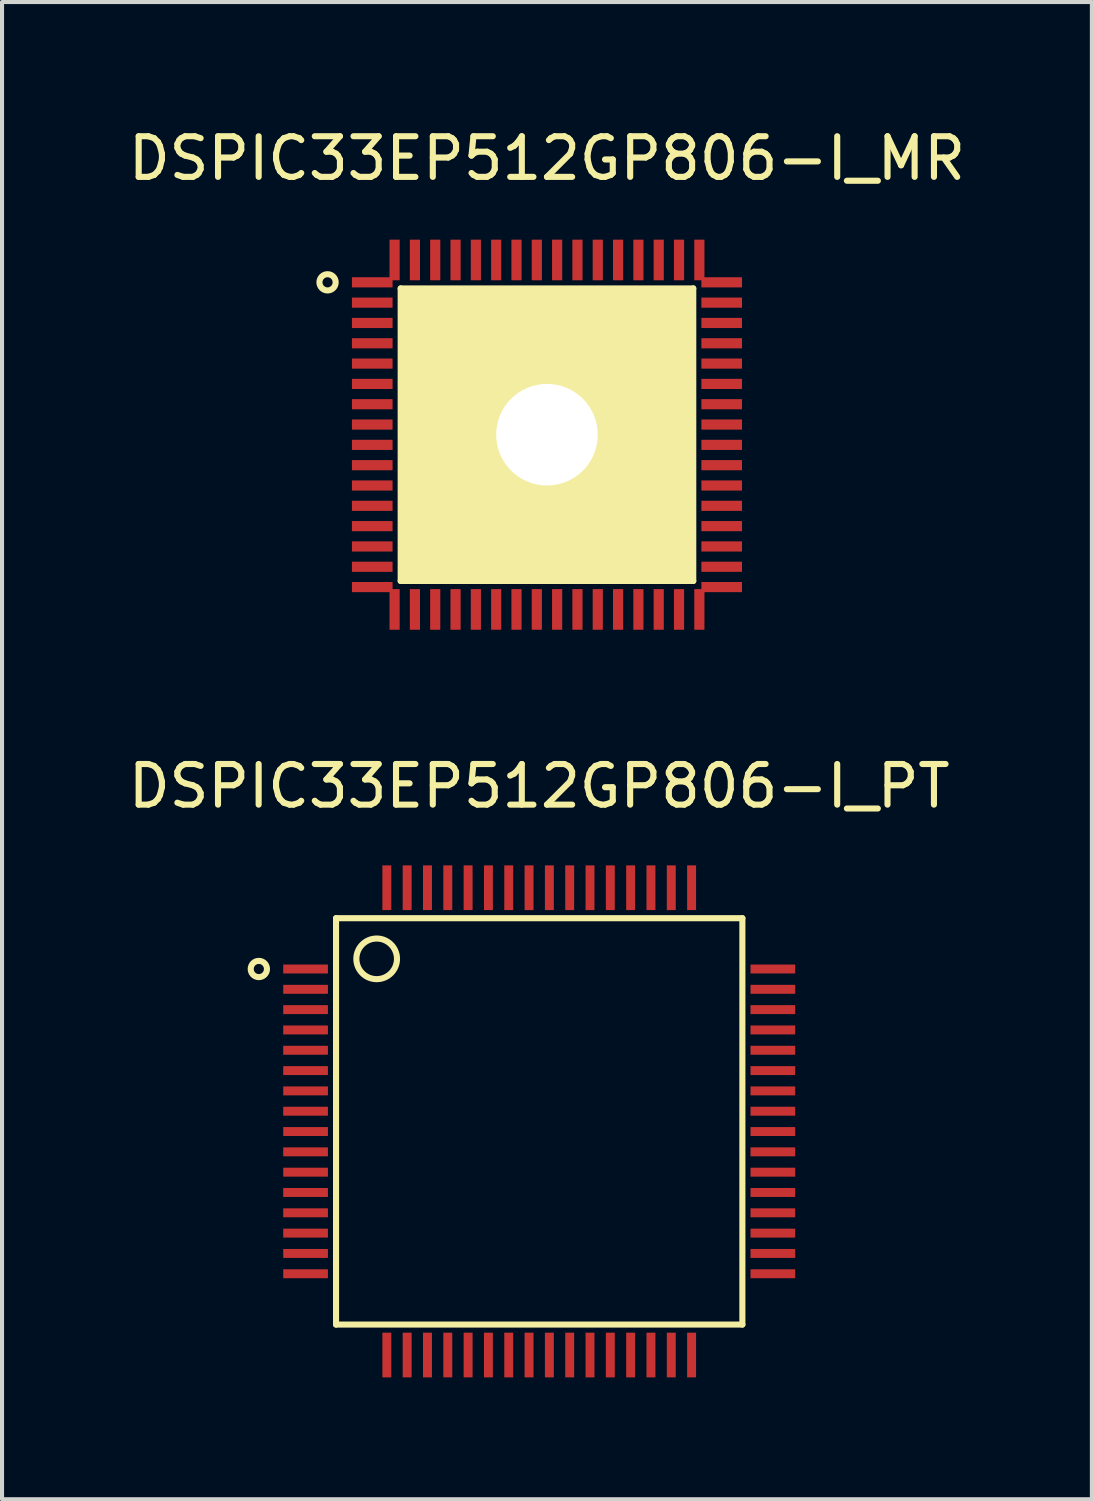
<source format=kicad_pcb>
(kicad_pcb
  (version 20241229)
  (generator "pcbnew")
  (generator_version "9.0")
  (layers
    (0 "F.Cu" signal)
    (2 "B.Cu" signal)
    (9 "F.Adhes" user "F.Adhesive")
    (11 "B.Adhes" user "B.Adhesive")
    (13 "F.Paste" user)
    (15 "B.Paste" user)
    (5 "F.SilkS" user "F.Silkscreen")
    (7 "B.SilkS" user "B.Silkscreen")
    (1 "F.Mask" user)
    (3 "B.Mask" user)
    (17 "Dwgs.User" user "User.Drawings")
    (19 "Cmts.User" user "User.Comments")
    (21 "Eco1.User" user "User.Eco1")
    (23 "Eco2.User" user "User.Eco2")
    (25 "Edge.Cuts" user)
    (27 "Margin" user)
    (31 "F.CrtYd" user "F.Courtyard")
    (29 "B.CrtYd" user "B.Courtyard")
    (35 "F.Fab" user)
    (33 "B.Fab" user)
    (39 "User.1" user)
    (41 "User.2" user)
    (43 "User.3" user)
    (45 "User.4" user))
  (footprint "DSPIC33EP512GP806-I_PT"
    (layer "F.Cu")
    (at 4.47 18.797)
    (property "Reference" "DSPIC33EP512GP806-I_PT" (at 5.75 -2.5 0) (layer "F.SilkS") (effects (font (size 1 1) (thickness 0.15))))
    (attr through_hole)
    (fp_line (start 0.75 0.75) (end 0.75 10.75) (stroke (width 0.15) (type solid)) (layer "F.SilkS"))
    (fp_line (start 0.75 0.75) (end 10.75 0.75) (stroke (width 0.15) (type solid)) (layer "F.SilkS"))
    (fp_line (start 0.75 10.75) (end 10.75 10.75) (stroke (width 0.15) (type solid)) (layer "F.SilkS"))
    (fp_line (start 10.75 10.75) (end 10.75 0.75) (stroke (width 0.15) (type solid)) (layer "F.SilkS"))
    (fp_circle (center -1.15 2) (end -1.15 1.8) (stroke (width 0.15) (type solid)) (fill no) (layer "F.SilkS"))
    (fp_circle (center 1.75 1.75) (end 1.75 1.25) (stroke (width 0.15) (type solid)) (fill no) (layer "F.SilkS"))
    (pad "1" smd rect (at 0 2) (size 1.1 0.22) (layers "F.Cu" "F.Mask" "F.Paste"))
    (pad "2" smd rect (at 0 2.5) (size 1.1 0.22) (layers "F.Cu" "F.Mask" "F.Paste"))
    (pad "3" smd rect (at 0 3) (size 1.1 0.22) (layers "F.Cu" "F.Mask" "F.Paste"))
    (pad "4" smd rect (at 0 3.5) (size 1.1 0.22) (layers "F.Cu" "F.Mask" "F.Paste"))
    (pad "5" smd rect (at 0 4) (size 1.1 0.22) (layers "F.Cu" "F.Mask" "F.Paste"))
    (pad "6" smd rect (at 0 4.5) (size 1.1 0.22) (layers "F.Cu" "F.Mask" "F.Paste"))
    (pad "7" smd rect (at 0 5) (size 1.1 0.22) (layers "F.Cu" "F.Mask" "F.Paste"))
    (pad "8" smd rect (at 0 5.5) (size 1.1 0.22) (layers "F.Cu" "F.Mask" "F.Paste"))
    (pad "9" smd rect (at 0 6) (size 1.1 0.22) (layers "F.Cu" "F.Mask" "F.Paste"))
    (pad "10" smd rect (at 0 6.5) (size 1.1 0.22) (layers "F.Cu" "F.Mask" "F.Paste"))
    (pad "11" smd rect (at 0 7) (size 1.1 0.22) (layers "F.Cu" "F.Mask" "F.Paste"))
    (pad "12" smd rect (at 0 7.5) (size 1.1 0.22) (layers "F.Cu" "F.Mask" "F.Paste"))
    (pad "13" smd rect (at 0 8) (size 1.1 0.22) (layers "F.Cu" "F.Mask" "F.Paste"))
    (pad "14" smd rect (at 0 8.5) (size 1.1 0.22) (layers "F.Cu" "F.Mask" "F.Paste"))
    (pad "15" smd rect (at 0 9) (size 1.1 0.22) (layers "F.Cu" "F.Mask" "F.Paste"))
    (pad "16" smd rect (at 0 9.5) (size 1.1 0.22) (layers "F.Cu" "F.Mask" "F.Paste"))
    (pad "17" smd rect (at 2 11.5) (size 0.22 1.1) (layers "F.Cu" "F.Mask" "F.Paste"))
    (pad "18" smd rect (at 2.5 11.5) (size 0.22 1.1) (layers "F.Cu" "F.Mask" "F.Paste"))
    (pad "19" smd rect (at 3 11.5) (size 0.22 1.1) (layers "F.Cu" "F.Mask" "F.Paste"))
    (pad "20" smd rect (at 3.5 11.5) (size 0.22 1.1) (layers "F.Cu" "F.Mask" "F.Paste"))
    (pad "21" smd rect (at 4 11.5) (size 0.22 1.1) (layers "F.Cu" "F.Mask" "F.Paste"))
    (pad "22" smd rect (at 4.5 11.5) (size 0.22 1.1) (layers "F.Cu" "F.Mask" "F.Paste"))
    (pad "23" smd rect (at 5 11.5) (size 0.22 1.1) (layers "F.Cu" "F.Mask" "F.Paste"))
    (pad "24" smd rect (at 5.5 11.5) (size 0.22 1.1) (layers "F.Cu" "F.Mask" "F.Paste"))
    (pad "25" smd rect (at 6 11.5) (size 0.22 1.1) (layers "F.Cu" "F.Mask" "F.Paste"))
    (pad "26" smd rect (at 6.5 11.5) (size 0.22 1.1) (layers "F.Cu" "F.Mask" "F.Paste"))
    (pad "27" smd rect (at 7 11.5) (size 0.22 1.1) (layers "F.Cu" "F.Mask" "F.Paste"))
    (pad "28" smd rect (at 7.5 11.5) (size 0.22 1.1) (layers "F.Cu" "F.Mask" "F.Paste"))
    (pad "29" smd rect (at 8 11.5) (size 0.22 1.1) (layers "F.Cu" "F.Mask" "F.Paste"))
    (pad "30" smd rect (at 8.5 11.5) (size 0.22 1.1) (layers "F.Cu" "F.Mask" "F.Paste"))
    (pad "31" smd rect (at 9 11.5) (size 0.22 1.1) (layers "F.Cu" "F.Mask" "F.Paste"))
    (pad "32" smd rect (at 9.5 11.5) (size 0.22 1.1) (layers "F.Cu" "F.Mask" "F.Paste"))
    (pad "33" smd rect (at 11.5 9.5) (size 1.1 0.22) (layers "F.Cu" "F.Mask" "F.Paste"))
    (pad "34" smd rect (at 11.5 9) (size 1.1 0.22) (layers "F.Cu" "F.Mask" "F.Paste"))
    (pad "35" smd rect (at 11.5 8.5) (size 1.1 0.22) (layers "F.Cu" "F.Mask" "F.Paste"))
    (pad "36" smd rect (at 11.5 8) (size 1.1 0.22) (layers "F.Cu" "F.Mask" "F.Paste"))
    (pad "37" smd rect (at 11.5 7.5) (size 1.1 0.22) (layers "F.Cu" "F.Mask" "F.Paste"))
    (pad "38" smd rect (at 11.5 7) (size 1.1 0.22) (layers "F.Cu" "F.Mask" "F.Paste"))
    (pad "39" smd rect (at 11.5 6.5) (size 1.1 0.22) (layers "F.Cu" "F.Mask" "F.Paste"))
    (pad "40" smd rect (at 11.5 6) (size 1.1 0.22) (layers "F.Cu" "F.Mask" "F.Paste"))
    (pad "41" smd rect (at 11.5 5.5) (size 1.1 0.22) (layers "F.Cu" "F.Mask" "F.Paste"))
    (pad "42" smd rect (at 11.5 5) (size 1.1 0.22) (layers "F.Cu" "F.Mask" "F.Paste"))
    (pad "43" smd rect (at 11.5 4.5) (size 1.1 0.22) (layers "F.Cu" "F.Mask" "F.Paste"))
    (pad "44" smd rect (at 11.5 4) (size 1.1 0.22) (layers "F.Cu" "F.Mask" "F.Paste"))
    (pad "45" smd rect (at 11.5 3.5) (size 1.1 0.22) (layers "F.Cu" "F.Mask" "F.Paste"))
    (pad "46" smd rect (at 11.5 3) (size 1.1 0.22) (layers "F.Cu" "F.Mask" "F.Paste"))
    (pad "47" smd rect (at 11.5 2.5) (size 1.1 0.22) (layers "F.Cu" "F.Mask" "F.Paste"))
    (pad "48" smd rect (at 11.5 2) (size 1.1 0.22) (layers "F.Cu" "F.Mask" "F.Paste"))
    (pad "49" smd rect (at 9.5 0) (size 0.22 1.1) (layers "F.Cu" "F.Mask" "F.Paste"))
    (pad "50" smd rect (at 9 0) (size 0.22 1.1) (layers "F.Cu" "F.Mask" "F.Paste"))
    (pad "51" smd rect (at 8.5 0) (size 0.22 1.1) (layers "F.Cu" "F.Mask" "F.Paste"))
    (pad "52" smd rect (at 8 0) (size 0.22 1.1) (layers "F.Cu" "F.Mask" "F.Paste"))
    (pad "53" smd rect (at 7.5 0) (size 0.22 1.1) (layers "F.Cu" "F.Mask" "F.Paste"))
    (pad "54" smd rect (at 7 0) (size 0.22 1.1) (layers "F.Cu" "F.Mask" "F.Paste"))
    (pad "55" smd rect (at 6.5 0) (size 0.22 1.1) (layers "F.Cu" "F.Mask" "F.Paste"))
    (pad "56" smd rect (at 6 0) (size 0.22 1.1) (layers "F.Cu" "F.Mask" "F.Paste"))
    (pad "57" smd rect (at 5.5 0) (size 0.22 1.1) (layers "F.Cu" "F.Mask" "F.Paste"))
    (pad "58" smd rect (at 5 0) (size 0.22 1.1) (layers "F.Cu" "F.Mask" "F.Paste"))
    (pad "59" smd rect (at 4.5 0) (size 0.22 1.1) (layers "F.Cu" "F.Mask" "F.Paste"))
    (pad "60" smd rect (at 4 0) (size 0.22 1.1) (layers "F.Cu" "F.Mask" "F.Paste"))
    (pad "61" smd rect (at 3.5 0) (size 0.22 1.1) (layers "F.Cu" "F.Mask" "F.Paste"))
    (pad "62" smd rect (at 3 0) (size 0.22 1.1) (layers "F.Cu" "F.Mask" "F.Paste"))
    (pad "63" smd rect (at 2.5 0) (size 0.22 1.1) (layers "F.Cu" "F.Mask" "F.Paste"))
    (pad "64" smd rect (at 2 0) (size 0.22 1.1) (layers "F.Cu" "F.Mask" "F.Paste")))
  (footprint "DSPIC33EP512GP806-I_MR"
    (layer "F.Cu")
    (at 6.111 3.348)
    (property "Reference" "DSPIC33EP512GP806-I_MR" (at 4.3 -2.5 0) (layer "F.SilkS") (effects (font (size 1 1) (thickness 0.15))))
    (attr through_hole)
    (fp_line (start 0.7 0.7) (end 0.7 7.9) (stroke (width 0.15) (type solid)) (layer "F.SilkS"))
    (fp_line (start 0.7 0.7) (end 7.9 0.7) (stroke (width 0.15) (type solid)) (layer "F.SilkS"))
    (fp_line (start 0.7 7.9) (end 7.9 7.9) (stroke (width 0.15) (type solid)) (layer "F.SilkS"))
    (fp_line (start 7.9 7.9) (end 7.9 0.7) (stroke (width 0.15) (type solid)) (layer "F.SilkS"))
    (fp_circle (center -1.1 0.55) (end -1.1 0.35) (stroke (width 0.15) (type solid)) (fill no) (layer "F.SilkS"))
    (fp_circle (center 1.7 1.7) (end 1.7 1.2) (stroke (width 0.15) (type solid)) (fill no) (layer "F.SilkS"))
    (pad "1" smd rect (at 0 0.55) (size 1 0.25) (layers "F.Cu" "F.Mask" "F.Paste"))
    (pad "2" smd rect (at 0 1.05) (size 1 0.25) (layers "F.Cu" "F.Mask" "F.Paste"))
    (pad "3" smd rect (at 0 1.55) (size 1 0.25) (layers "F.Cu" "F.Mask" "F.Paste"))
    (pad "4" smd rect (at 0 2.05) (size 1 0.25) (layers "F.Cu" "F.Mask" "F.Paste"))
    (pad "5" smd rect (at 0 2.55) (size 1 0.25) (layers "F.Cu" "F.Mask" "F.Paste"))
    (pad "6" smd rect (at 0 3.05) (size 1 0.25) (layers "F.Cu" "F.Mask" "F.Paste"))
    (pad "7" smd rect (at 0 3.55) (size 1 0.25) (layers "F.Cu" "F.Mask" "F.Paste"))
    (pad "8" smd rect (at 0 4.05) (size 1 0.25) (layers "F.Cu" "F.Mask" "F.Paste"))
    (pad "9" smd rect (at 0 4.55) (size 1 0.25) (layers "F.Cu" "F.Mask" "F.Paste"))
    (pad "10" smd rect (at 0 5.05) (size 1 0.25) (layers "F.Cu" "F.Mask" "F.Paste"))
    (pad "11" smd rect (at 0 5.55) (size 1 0.25) (layers "F.Cu" "F.Mask" "F.Paste"))
    (pad "12" smd rect (at 0 6.05) (size 1 0.25) (layers "F.Cu" "F.Mask" "F.Paste"))
    (pad "13" smd rect (at 0 6.55) (size 1 0.25) (layers "F.Cu" "F.Mask" "F.Paste"))
    (pad "14" smd rect (at 0 7.05) (size 1 0.25) (layers "F.Cu" "F.Mask" "F.Paste"))
    (pad "15" smd rect (at 0 7.55) (size 1 0.25) (layers "F.Cu" "F.Mask" "F.Paste"))
    (pad "16" smd rect (at 0 8.05) (size 1 0.25) (layers "F.Cu" "F.Mask" "F.Paste"))
    (pad "17" smd rect (at 0.55 8.6) (size 0.25 1) (layers "F.Cu" "F.Mask" "F.Paste"))
    (pad "18" smd rect (at 1.05 8.6) (size 0.25 1) (layers "F.Cu" "F.Mask" "F.Paste"))
    (pad "19" smd rect (at 1.55 8.6) (size 0.25 1) (layers "F.Cu" "F.Mask" "F.Paste"))
    (pad "20" smd rect (at 2.05 8.6) (size 0.25 1) (layers "F.Cu" "F.Mask" "F.Paste"))
    (pad "21" smd rect (at 2.55 8.6) (size 0.25 1) (layers "F.Cu" "F.Mask" "F.Paste"))
    (pad "22" smd rect (at 3.05 8.6) (size 0.25 1) (layers "F.Cu" "F.Mask" "F.Paste"))
    (pad "23" smd rect (at 3.55 8.6) (size 0.25 1) (layers "F.Cu" "F.Mask" "F.Paste"))
    (pad "24" smd rect (at 4.05 8.6) (size 0.25 1) (layers "F.Cu" "F.Mask" "F.Paste"))
    (pad "25" smd rect (at 4.55 8.6) (size 0.25 1) (layers "F.Cu" "F.Mask" "F.Paste"))
    (pad "26" smd rect (at 5.05 8.6) (size 0.25 1) (layers "F.Cu" "F.Mask" "F.Paste"))
    (pad "27" smd rect (at 5.55 8.6) (size 0.25 1) (layers "F.Cu" "F.Mask" "F.Paste"))
    (pad "28" smd rect (at 6.05 8.6) (size 0.25 1) (layers "F.Cu" "F.Mask" "F.Paste"))
    (pad "29" smd rect (at 6.55 8.6) (size 0.25 1) (layers "F.Cu" "F.Mask" "F.Paste"))
    (pad "30" smd rect (at 7.05 8.6) (size 0.25 1) (layers "F.Cu" "F.Mask" "F.Paste"))
    (pad "31" smd rect (at 7.55 8.6) (size 0.25 1) (layers "F.Cu" "F.Mask" "F.Paste"))
    (pad "32" smd rect (at 8.05 8.6) (size 0.25 1) (layers "F.Cu" "F.Mask" "F.Paste"))
    (pad "33" smd rect (at 8.6 8.05) (size 1 0.25) (layers "F.Cu" "F.Mask" "F.Paste"))
    (pad "34" smd rect (at 8.6 7.55) (size 1 0.25) (layers "F.Cu" "F.Mask" "F.Paste"))
    (pad "35" smd rect (at 8.6 7.05) (size 1 0.25) (layers "F.Cu" "F.Mask" "F.Paste"))
    (pad "36" smd rect (at 8.6 6.55) (size 1 0.25) (layers "F.Cu" "F.Mask" "F.Paste"))
    (pad "37" smd rect (at 8.6 6.05) (size 1 0.25) (layers "F.Cu" "F.Mask" "F.Paste"))
    (pad "38" smd rect (at 8.6 5.55) (size 1 0.25) (layers "F.Cu" "F.Mask" "F.Paste"))
    (pad "39" smd rect (at 8.6 5.05) (size 1 0.25) (layers "F.Cu" "F.Mask" "F.Paste"))
    (pad "40" smd rect (at 8.6 4.55) (size 1 0.25) (layers "F.Cu" "F.Mask" "F.Paste"))
    (pad "41" smd rect (at 8.6 4.05) (size 1 0.25) (layers "F.Cu" "F.Mask" "F.Paste"))
    (pad "42" smd rect (at 8.6 3.55) (size 1 0.25) (layers "F.Cu" "F.Mask" "F.Paste"))
    (pad "43" smd rect (at 8.6 3.05) (size 1 0.25) (layers "F.Cu" "F.Mask" "F.Paste"))
    (pad "44" smd rect (at 8.6 2.55) (size 1 0.25) (layers "F.Cu" "F.Mask" "F.Paste"))
    (pad "45" smd rect (at 8.6 2.05) (size 1 0.25) (layers "F.Cu" "F.Mask" "F.Paste"))
    (pad "46" smd rect (at 8.6 1.55) (size 1 0.25) (layers "F.Cu" "F.Mask" "F.Paste"))
    (pad "47" smd rect (at 8.6 1.05) (size 1 0.25) (layers "F.Cu" "F.Mask" "F.Paste"))
    (pad "48" smd rect (at 8.6 0.55) (size 1 0.25) (layers "F.Cu" "F.Mask" "F.Paste"))
    (pad "49" smd rect (at 8.05 0) (size 0.25 1) (layers "F.Cu" "F.Mask" "F.Paste"))
    (pad "50" smd rect (at 7.55 0) (size 0.25 1) (layers "F.Cu" "F.Mask" "F.Paste"))
    (pad "51" smd rect (at 7.05 0) (size 0.25 1) (layers "F.Cu" "F.Mask" "F.Paste"))
    (pad "52" smd rect (at 6.55 0) (size 0.25 1) (layers "F.Cu" "F.Mask" "F.Paste"))
    (pad "53" smd rect (at 6.05 0) (size 0.25 1) (layers "F.Cu" "F.Mask" "F.Paste"))
    (pad "54" smd rect (at 5.55 0) (size 0.25 1) (layers "F.Cu" "F.Mask" "F.Paste"))
    (pad "55" smd rect (at 5.05 0) (size 0.25 1) (layers "F.Cu" "F.Mask" "F.Paste"))
    (pad "56" smd rect (at 4.55 0) (size 0.25 1) (layers "F.Cu" "F.Mask" "F.Paste"))
    (pad "57" smd rect (at 4.05 0) (size 0.25 1) (layers "F.Cu" "F.Mask" "F.Paste"))
    (pad "58" smd rect (at 3.55 0) (size 0.25 1) (layers "F.Cu" "F.Mask" "F.Paste"))
    (pad "59" smd rect (at 3.05 0) (size 0.25 1) (layers "F.Cu" "F.Mask" "F.Paste"))
    (pad "60" smd rect (at 2.55 0) (size 0.25 1) (layers "F.Cu" "F.Mask" "F.Paste"))
    (pad "61" smd rect (at 2.05 0) (size 0.25 1) (layers "F.Cu" "F.Mask" "F.Paste"))
    (pad "62" smd rect (at 1.55 0) (size 0.25 1) (layers "F.Cu" "F.Mask" "F.Paste"))
    (pad "63" smd rect (at 1.05 0) (size 0.25 1) (layers "F.Cu" "F.Mask" "F.Paste"))
    (pad "64" smd rect (at 0.55 0) (size 0.25 1) (layers "F.Cu" "F.Mask" "F.Paste"))
    (pad "999" thru_hole rect (at 4.3 4.3) (size 7.15 7.15) (drill 2.5) (layers "*.Cu" "*.Mask" "F.SilkS")))
  (gr_rect
    (start -3 -3)
    (end 23.821 33.846)
    (stroke (width 0.1) (type default))
    (fill no)
    (layer "Edge.Cuts")))
</source>
